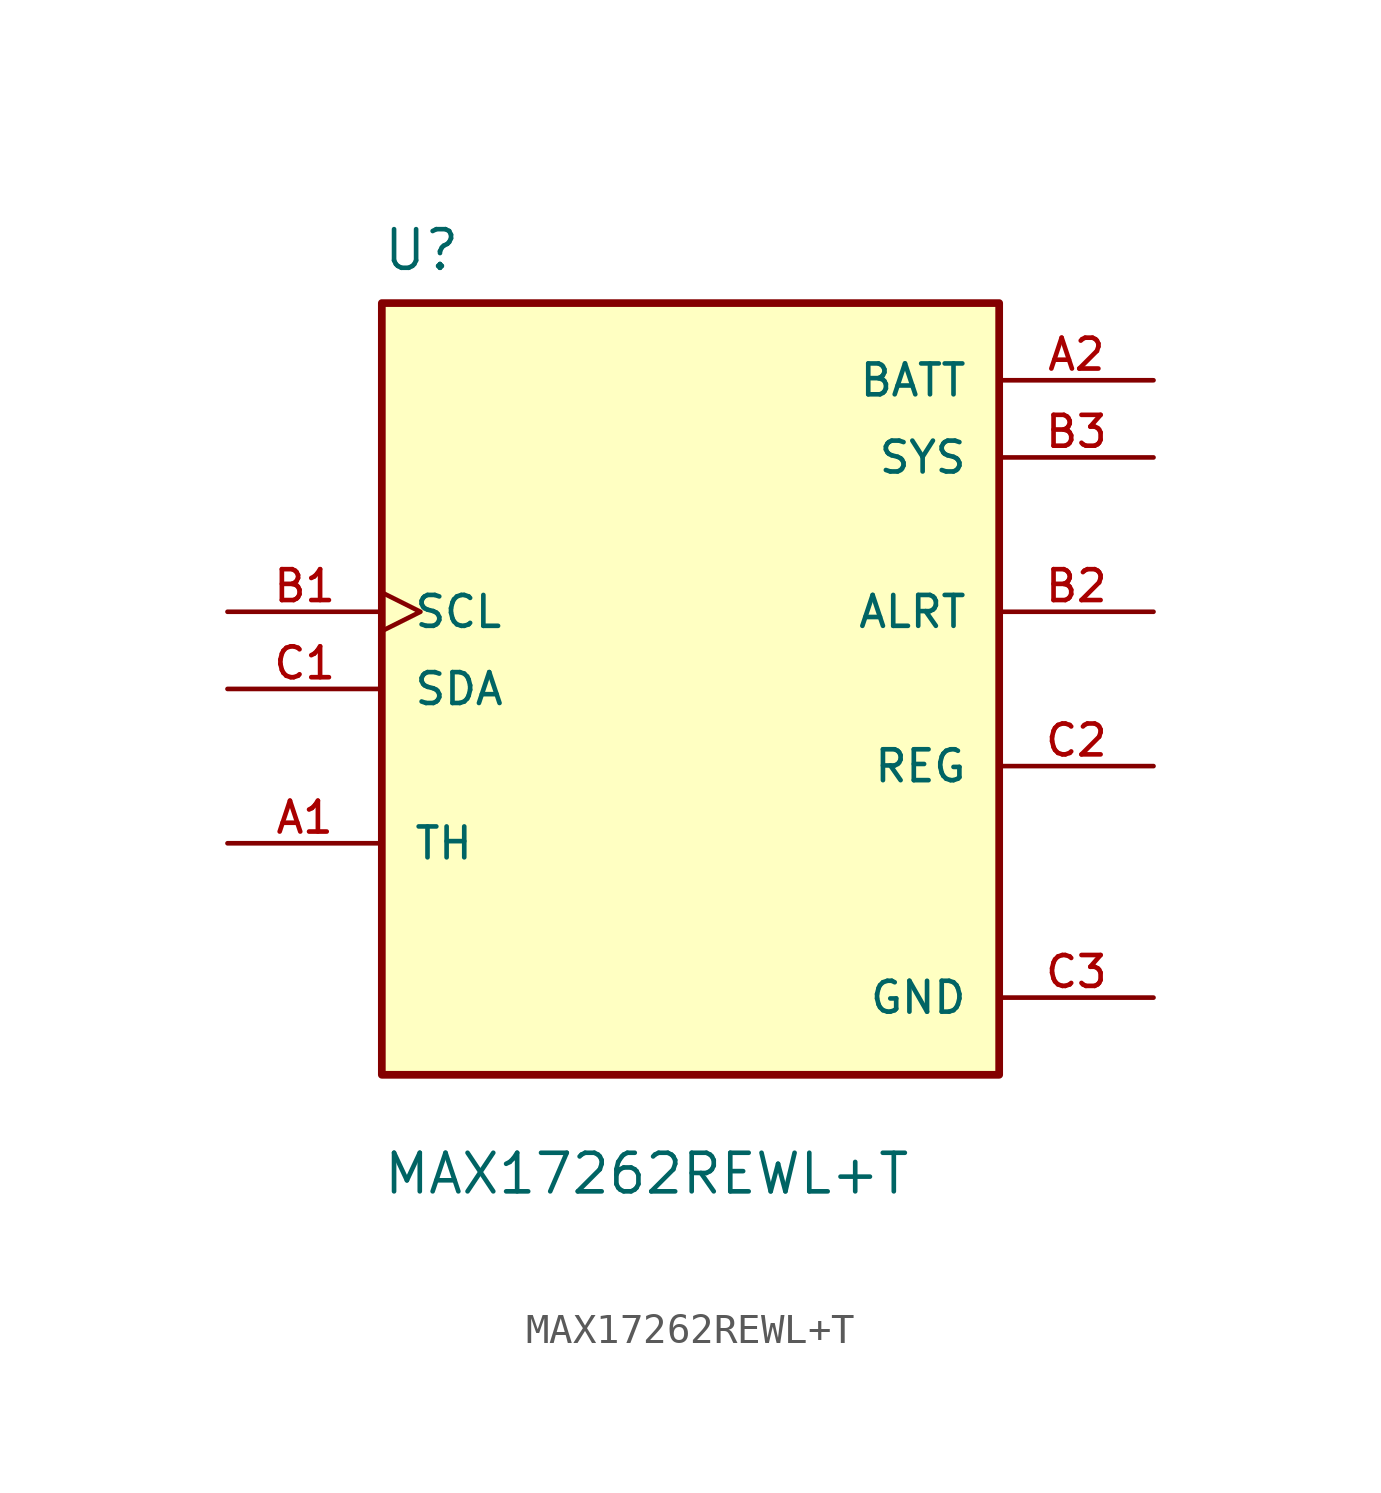
<source format=kicad_sym>
(kicad_symbol_lib
  (version 20211014)
  (generator kicad_symbol_editor)
  (symbol "MAX17262REWL+T"
    (pin_names
      (offset 1.016))
    (property "Reference" "U"
      (at -10.16 13.7 0.0)
      (effects (font (size 1.27 1.27)) (justify bottom left)))
    (property "Value" "MAX17262REWL+T"
      (at -10.16 -16.7 0.0)
      (effects (font (size 1.27 1.27)) (justify bottom left)))
    (symbol "MAX17262REWL+T_0_0"
      (rectangle (start -10.16 -12.7) (end 10.16 12.7) (stroke (width 0.254)) (fill (type background)))
      (pin input clock (at -15.24 2.54 0) (length 5.08) (name "SCL" (effects (font (size 1.016 1.016)))) (number "B1" (effects (font (size 1.016 1.016)))))
      (pin input line (at -15.24 -5.08 0) (length 5.08) (name "TH" (effects (font (size 1.016 1.016)))) (number "A1" (effects (font (size 1.016 1.016)))))
      (pin bidirectional line (at -15.24 0.0 0) (length 5.08) (name "SDA" (effects (font (size 1.016 1.016)))) (number "C1" (effects (font (size 1.016 1.016)))))
      (pin power_in line (at 15.24 10.16 180.0) (length 5.08) (name "BATT" (effects (font (size 1.016 1.016)))) (number "A2" (effects (font (size 1.016 1.016)))))
      (pin power_in line (at 15.24 7.62 180.0) (length 5.08) (name "SYS" (effects (font (size 1.016 1.016)))) (number "B3" (effects (font (size 1.016 1.016)))))
      (pin output line (at 15.24 2.54 180.0) (length 5.08) (name "ALRT" (effects (font (size 1.016 1.016)))) (number "B2" (effects (font (size 1.016 1.016)))))
      (pin output line (at 15.24 -2.54 180.0) (length 5.08) (name "REG" (effects (font (size 1.016 1.016)))) (number "C2" (effects (font (size 1.016 1.016)))))
      (pin power_in line (at 15.24 -10.16 180.0) (length 5.08) (name "GND" (effects (font (size 1.016 1.016)))) (number "C3" (effects (font (size 1.016 1.016))))))))
</source>
